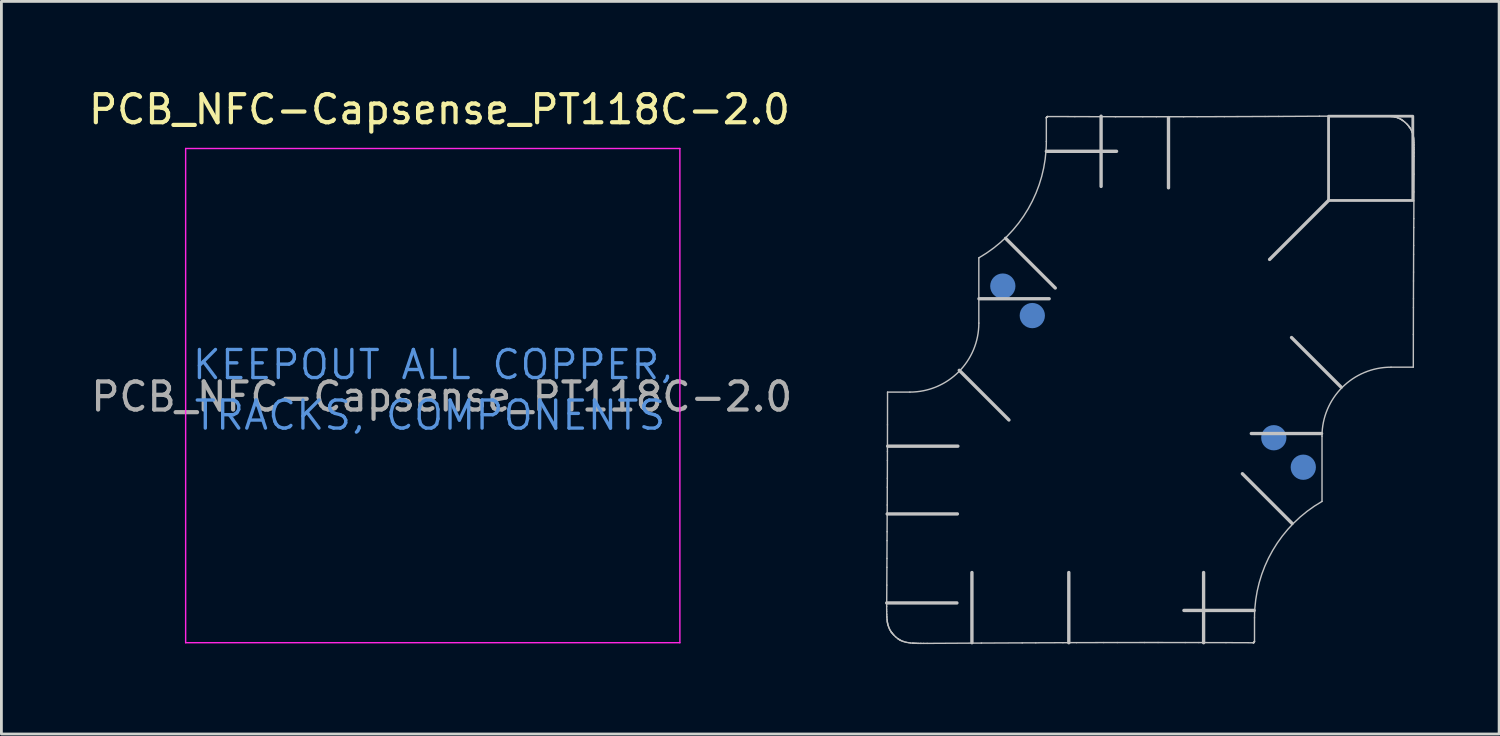
<source format=kicad_pcb>
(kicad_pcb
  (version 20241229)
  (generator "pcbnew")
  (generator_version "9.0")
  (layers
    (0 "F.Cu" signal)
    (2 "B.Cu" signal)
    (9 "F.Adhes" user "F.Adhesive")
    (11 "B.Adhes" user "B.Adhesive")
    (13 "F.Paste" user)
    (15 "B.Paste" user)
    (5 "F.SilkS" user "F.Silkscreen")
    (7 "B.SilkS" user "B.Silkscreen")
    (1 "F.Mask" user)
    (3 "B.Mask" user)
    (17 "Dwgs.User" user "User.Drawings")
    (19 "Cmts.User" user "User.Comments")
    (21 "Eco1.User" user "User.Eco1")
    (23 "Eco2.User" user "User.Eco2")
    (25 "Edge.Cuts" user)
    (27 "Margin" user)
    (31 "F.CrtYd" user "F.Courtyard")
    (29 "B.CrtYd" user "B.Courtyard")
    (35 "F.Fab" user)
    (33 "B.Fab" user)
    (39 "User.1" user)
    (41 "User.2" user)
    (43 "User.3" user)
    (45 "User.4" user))
  (footprint "PCB_NFC-Capsense_PT118C-2.0"
    (layer "F.Cu")
    (at 28.561 19.838)
    (property "Reference" "PCB_NFC-Capsense_PT118C-2.0" (at -15.96 -18.99 0) (unlocked yes) (layer "F.SilkS") (effects (font (size 1 1) (thickness 0.15))))
    (attr exclude_from_pos_files exclude_from_bom)
    (fp_line (start -0.005 -8.925) (end 0.789 -8.925) (stroke (width 0.05) (type solid)) (layer "Dwgs.User"))
    (fp_line (start 2.465 -1.417) (end -0.035 -1.417) (stroke (width 0.12) (type solid)) (layer "Dwgs.User"))
    (fp_line (start 2.482 -4.587) (end -0.018 -4.587) (stroke (width 0.12) (type solid)) (layer "Dwgs.User"))
    (fp_line (start 2.5 -7) (end 0 -7) (stroke (width 0.12) (type solid)) (layer "Dwgs.User"))
    (fp_line (start 3 0) (end 3 -2.5) (stroke (width 0.12) (type solid)) (layer "Dwgs.User"))
    (fp_line (start 3.246 -11.383) (end 3.246 -13.706) (stroke (width 0.05) (type solid)) (layer "Dwgs.User"))
    (fp_line (start 4.318 -7.932) (end 2.55 -9.7) (stroke (width 0.12) (type solid)) (layer "Dwgs.User"))
    (fp_line (start 5.65 -17.85) (end 5.65 -18.682) (stroke (width 0.05) (type solid)) (layer "Dwgs.User"))
    (fp_line (start 5.75 -12.25) (end 3.25 -12.25) (stroke (width 0.12) (type solid)) (layer "Dwgs.User"))
    (fp_line (start 5.968 -12.632) (end 4.2 -14.4) (stroke (width 0.12) (type solid)) (layer "Dwgs.User"))
    (fp_line (start 6.45 0) (end 6.45 -2.5) (stroke (width 0.12) (type solid)) (layer "Dwgs.User"))
    (fp_line (start 7.6 -16.25) (end 7.6 -18.75) (stroke (width 0.12) (type solid)) (layer "Dwgs.User"))
    (fp_line (start 8.15 -17.5) (end 5.65 -17.5) (stroke (width 0.12) (type solid)) (layer "Dwgs.User"))
    (fp_line (start 10 -16.2) (end 10 -18.7) (stroke (width 0.12) (type solid)) (layer "Dwgs.User"))
    (fp_line (start 11.25 0) (end 11.25 -2.5) (stroke (width 0.12) (type solid)) (layer "Dwgs.User"))
    (fp_line (start 12.632 -6.018) (end 14.4 -4.25) (stroke (width 0.12) (type solid)) (layer "Dwgs.User"))
    (fp_line (start 13.05 -1.15) (end 10.55 -1.15) (stroke (width 0.12) (type solid)) (layer "Dwgs.User"))
    (fp_line (start 13.063 -0.887) (end 13.063 -0.056) (stroke (width 0.05) (type solid)) (layer "Dwgs.User"))
    (fp_line (start 13.6 -13.65) (end 15.7 -15.75) (stroke (width 0.12) (type solid)) (layer "Dwgs.User"))
    (fp_line (start 14.382 -10.868) (end 16.15 -9.1) (stroke (width 0.12) (type solid)) (layer "Dwgs.User"))
    (fp_line (start 15.45 -7.45) (end 12.95 -7.45) (stroke (width 0.12) (type solid)) (layer "Dwgs.User"))
    (fp_line (start 15.467 -7.355) (end 15.467 -5.032) (stroke (width 0.05) (type solid)) (layer "Dwgs.User"))
    (fp_line (start 18.718 -9.812) (end 17.924 -9.812) (stroke (width 0.05) (type solid)) (layer "Dwgs.User"))
    (fp_arc (start 3.246446 -11.382656) (mid 2.526691 -9.645014) (end 0.789049 -8.925259) (stroke (width 0.05) (type solid)) (layer "Dwgs.User"))
    (fp_arc (start 5.65 -17.85) (mid 5.005631 -15.454551) (end 3.246445 -13.705652) (stroke (width 0.05) (type solid)) (layer "Dwgs.User"))
    (fp_arc (start 13.063057 -0.887463) (mid 13.707426 -3.282912) (end 15.466612 -5.031811) (stroke (width 0.05) (type solid)) (layer "Dwgs.User"))
    (fp_arc (start 15.466611 -7.354807) (mid 16.186366 -9.092449) (end 17.924008 -9.812204) (stroke (width 0.05) (type solid)) (layer "Dwgs.User"))
    (fp_poly (pts (xy 18.7 -15.75) (xy 15.7 -15.75) (xy 15.7 -18.75) (xy 18.7 -18.75)) (stroke (width 0.1) (type solid)) (fill no) (layer "Dwgs.User"))
    (fp_curve (pts (xy -0.036 -1.169) (xy -0.036 -1.209) (xy -0.036 -1.25) (xy -0.036 -1.291)) (stroke (width 0.05) (type solid)) (layer "Dwgs.User"))
    (fp_curve (pts (xy -0.036 -1.291) (xy -0.035 -1.333) (xy -0.035 -1.375) (xy -0.035 -1.417)) (stroke (width 0.05) (type solid)) (layer "Dwgs.User"))
    (fp_curve (pts (xy -0.035 -1.109) (xy -0.035 -1.128) (xy -0.035 -1.149) (xy -0.036 -1.169)) (stroke (width 0.05) (type solid)) (layer "Dwgs.User"))
    (fp_curve (pts (xy -0.035 -1.417) (xy -0.034 -1.629) (xy -0.033 -1.84) (xy -0.031 -2.051)) (stroke (width 0.05) (type solid)) (layer "Dwgs.User"))
    (fp_curve (pts (xy -0.033 -1.02) (xy -0.034 -1.049) (xy -0.035 -1.079) (xy -0.035 -1.109)) (stroke (width 0.05) (type solid)) (layer "Dwgs.User"))
    (fp_curve (pts (xy -0.032 -0.991) (xy -0.032 -1) (xy -0.033 -1.01) (xy -0.033 -1.02)) (stroke (width 0.05) (type solid)) (layer "Dwgs.User"))
    (fp_curve (pts (xy -0.031 -2.051) (xy -0.03 -2.263) (xy -0.029 -2.474) (xy -0.028 -2.685)) (stroke (width 0.05) (type solid)) (layer "Dwgs.User"))
    (fp_curve (pts (xy -0.029 -0.933) (xy -0.03 -0.952) (xy -0.031 -0.971) (xy -0.032 -0.991)) (stroke (width 0.05) (type solid)) (layer "Dwgs.User"))
    (fp_curve (pts (xy -0.028 -2.685) (xy -0.027 -2.791) (xy -0.027 -2.896) (xy -0.026 -3.002)) (stroke (width 0.05) (type solid)) (layer "Dwgs.User"))
    (fp_curve (pts (xy -0.028 -0.904) (xy -0.028 -0.914) (xy -0.029 -0.923) (xy -0.029 -0.933)) (stroke (width 0.05) (type solid)) (layer "Dwgs.User"))
    (fp_curve (pts (xy -0.026 -3.002) (xy -0.025 -3.213) (xy -0.024 -3.425) (xy -0.023 -3.636)) (stroke (width 0.05) (type solid)) (layer "Dwgs.User"))
    (fp_curve (pts (xy -0.024 -0.849) (xy -0.025 -0.867) (xy -0.027 -0.885) (xy -0.028 -0.904)) (stroke (width 0.05) (type solid)) (layer "Dwgs.User"))
    (fp_curve (pts (xy -0.023 -3.636) (xy -0.022 -3.742) (xy -0.022 -3.848) (xy -0.021 -3.953)) (stroke (width 0.05) (type solid)) (layer "Dwgs.User"))
    (fp_curve (pts (xy -0.021 -0.822) (xy -0.022 -0.831) (xy -0.023 -0.84) (xy -0.024 -0.849)) (stroke (width 0.05) (type solid)) (layer "Dwgs.User"))
    (fp_curve (pts (xy -0.021 -3.953) (xy -0.02 -4.165) (xy -0.019 -4.376) (xy -0.018 -4.587)) (stroke (width 0.05) (type solid)) (layer "Dwgs.User"))
    (fp_curve (pts (xy -0.018 -4.587) (xy -0.017 -4.693) (xy -0.017 -4.799) (xy -0.016 -4.904)) (stroke (width 0.05) (type solid)) (layer "Dwgs.User"))
    (fp_curve (pts (xy -0.017 -0.782) (xy -0.019 -0.795) (xy -0.02 -0.808) (xy -0.021 -0.822)) (stroke (width 0.05) (type solid)) (layer "Dwgs.User"))
    (fp_curve (pts (xy -0.016 -4.904) (xy -0.015 -5.116) (xy -0.014 -5.327) (xy -0.014 -5.538)) (stroke (width 0.05) (type solid)) (layer "Dwgs.User"))
    (fp_curve (pts (xy -0.016 -0.77) (xy -0.016 -0.774) (xy -0.017 -0.778) (xy -0.017 -0.782)) (stroke (width 0.05) (type solid)) (layer "Dwgs.User"))
    (fp_curve (pts (xy -0.014 -5.538) (xy -0.013 -5.644) (xy -0.013 -5.75) (xy -0.012 -5.856)) (stroke (width 0.05) (type solid)) (layer "Dwgs.User"))
    (fp_curve (pts (xy -0.012 -5.856) (xy -0.011 -6.067) (xy -0.011 -6.278) (xy -0.01 -6.49)) (stroke (width 0.05) (type solid)) (layer "Dwgs.User"))
    (fp_curve (pts (xy -0.012 -0.744) (xy -0.013 -0.753) (xy -0.015 -0.761) (xy -0.016 -0.77)) (stroke (width 0.05) (type solid)) (layer "Dwgs.User"))
    (fp_curve (pts (xy -0.01 -0.732) (xy -0.011 -0.736) (xy -0.012 -0.74) (xy -0.012 -0.744)) (stroke (width 0.05) (type solid)) (layer "Dwgs.User"))
    (fp_curve (pts (xy -0.01 -6.49) (xy -0.01 -6.595) (xy -0.009 -6.701) (xy -0.009 -6.807)) (stroke (width 0.05) (type solid)) (layer "Dwgs.User"))
    (fp_curve (pts (xy -0.009 -6.807) (xy -0.008 -7.124) (xy -0.007 -7.441) (xy -0.007 -7.758)) (stroke (width 0.05) (type solid)) (layer "Dwgs.User"))
    (fp_curve (pts (xy -0.007 -7.758) (xy -0.006 -8.147) (xy -0.006 -8.536) (xy -0.005 -8.925)) (stroke (width 0.05) (type solid)) (layer "Dwgs.User"))
    (fp_curve (pts (xy -0.007 -0.709) (xy -0.008 -0.717) (xy -0.009 -0.724) (xy -0.01 -0.732)) (stroke (width 0.05) (type solid)) (layer "Dwgs.User"))
    (fp_curve (pts (xy -0.005 -0.698) (xy -0.005 -0.702) (xy -0.006 -0.706) (xy -0.007 -0.709)) (stroke (width 0.05) (type solid)) (layer "Dwgs.User"))
    (fp_curve (pts (xy -0.000029 -0.676) (xy -0.002 -0.684) (xy -0.003 -0.691) (xy -0.005 -0.698)) (stroke (width 0.05) (type solid)) (layer "Dwgs.User"))
    (fp_curve (pts (xy 0.002 -0.665) (xy 0.002 -0.669) (xy 0.001 -0.673) (xy -0.000029 -0.676)) (stroke (width 0.05) (type solid)) (layer "Dwgs.User"))
    (fp_curve (pts (xy 0.011 -0.633) (xy 0.008 -0.644) (xy 0.005 -0.655) (xy 0.002 -0.665)) (stroke (width 0.05) (type solid)) (layer "Dwgs.User"))
    (fp_curve (pts (xy 0.017 -0.611) (xy 0.015 -0.619) (xy 0.013 -0.626) (xy 0.011 -0.633)) (stroke (width 0.05) (type solid)) (layer "Dwgs.User"))
    (fp_curve (pts (xy 0.031 -0.569) (xy 0.026 -0.583) (xy 0.021 -0.597) (xy 0.017 -0.611)) (stroke (width 0.05) (type solid)) (layer "Dwgs.User"))
    (fp_curve (pts (xy 0.039 -0.549) (xy 0.036 -0.555) (xy 0.034 -0.562) (xy 0.031 -0.569)) (stroke (width 0.05) (type solid)) (layer "Dwgs.User"))
    (fp_curve (pts (xy 0.056 -0.508) (xy 0.05 -0.521) (xy 0.044 -0.535) (xy 0.039 -0.549)) (stroke (width 0.05) (type solid)) (layer "Dwgs.User"))
    (fp_curve (pts (xy 0.066 -0.488) (xy 0.062 -0.495) (xy 0.059 -0.501) (xy 0.056 -0.508)) (stroke (width 0.05) (type solid)) (layer "Dwgs.User"))
    (fp_curve (pts (xy 0.086 -0.45) (xy 0.079 -0.462) (xy 0.072 -0.475) (xy 0.066 -0.488)) (stroke (width 0.05) (type solid)) (layer "Dwgs.User"))
    (fp_curve (pts (xy 0.097 -0.431) (xy 0.093 -0.437) (xy 0.089 -0.443) (xy 0.086 -0.45)) (stroke (width 0.05) (type solid)) (layer "Dwgs.User"))
    (fp_curve (pts (xy 0.114 -0.403) (xy 0.108 -0.412) (xy 0.102 -0.422) (xy 0.097 -0.431)) (stroke (width 0.05) (type solid)) (layer "Dwgs.User"))
    (fp_curve (pts (xy 0.12 -0.395) (xy 0.118 -0.397) (xy 0.116 -0.4) (xy 0.114 -0.403)) (stroke (width 0.05) (type solid)) (layer "Dwgs.User"))
    (fp_curve (pts (xy 0.129 -0.381) (xy 0.126 -0.386) (xy 0.123 -0.39) (xy 0.12 -0.395)) (stroke (width 0.05) (type solid)) (layer "Dwgs.User"))
    (fp_curve (pts (xy 0.132 -0.377) (xy 0.131 -0.378) (xy 0.13 -0.38) (xy 0.129 -0.381)) (stroke (width 0.05) (type solid)) (layer "Dwgs.User"))
    (fp_curve (pts (xy 0.139 -0.367) (xy 0.137 -0.371) (xy 0.135 -0.374) (xy 0.132 -0.377)) (stroke (width 0.05) (type solid)) (layer "Dwgs.User"))
    (fp_curve (pts (xy 0.143 -0.363) (xy 0.142 -0.364) (xy 0.141 -0.366) (xy 0.139 -0.367)) (stroke (width 0.05) (type solid)) (layer "Dwgs.User"))
    (fp_curve (pts (xy 0.154 -0.348) (xy 0.15 -0.353) (xy 0.146 -0.358) (xy 0.143 -0.363)) (stroke (width 0.05) (type solid)) (layer "Dwgs.User"))
    (fp_curve (pts (xy 0.161 -0.339) (xy 0.159 -0.342) (xy 0.156 -0.345) (xy 0.154 -0.348)) (stroke (width 0.05) (type solid)) (layer "Dwgs.User"))
    (fp_curve (pts (xy 0.176 -0.321) (xy 0.171 -0.327) (xy 0.166 -0.333) (xy 0.161 -0.339)) (stroke (width 0.05) (type solid)) (layer "Dwgs.User"))
    (fp_curve (pts (xy 0.184 -0.312) (xy 0.181 -0.315) (xy 0.179 -0.318) (xy 0.176 -0.321)) (stroke (width 0.05) (type solid)) (layer "Dwgs.User"))
    (fp_curve (pts (xy 0.207 -0.285) (xy 0.199 -0.294) (xy 0.191 -0.303) (xy 0.184 -0.312)) (stroke (width 0.05) (type solid)) (layer "Dwgs.User"))
    (fp_curve (pts (xy 0.223 -0.268) (xy 0.218 -0.273) (xy 0.213 -0.279) (xy 0.207 -0.285)) (stroke (width 0.05) (type solid)) (layer "Dwgs.User"))
    (fp_curve (pts (xy 0.274 -0.218) (xy 0.257 -0.234) (xy 0.24 -0.25) (xy 0.223 -0.268)) (stroke (width 0.05) (type solid)) (layer "Dwgs.User"))
    (fp_curve (pts (xy 0.309 -0.187) (xy 0.297 -0.197) (xy 0.285 -0.207) (xy 0.274 -0.218)) (stroke (width 0.05) (type solid)) (layer "Dwgs.User"))
    (fp_curve (pts (xy 0.355 -0.151) (xy 0.339 -0.163) (xy 0.324 -0.175) (xy 0.309 -0.187)) (stroke (width 0.05) (type solid)) (layer "Dwgs.User"))
    (fp_curve (pts (xy 0.364 -0.145) (xy 0.361 -0.147) (xy 0.358 -0.149) (xy 0.355 -0.151)) (stroke (width 0.05) (type solid)) (layer "Dwgs.User"))
    (fp_curve (pts (xy 0.383 -0.131) (xy 0.377 -0.136) (xy 0.371 -0.14) (xy 0.364 -0.145)) (stroke (width 0.05) (type solid)) (layer "Dwgs.User"))
    (fp_curve (pts (xy 0.393 -0.125) (xy 0.39 -0.127) (xy 0.387 -0.129) (xy 0.383 -0.131)) (stroke (width 0.05) (type solid)) (layer "Dwgs.User"))
    (fp_curve (pts (xy 0.412 -0.112) (xy 0.406 -0.116) (xy 0.399 -0.121) (xy 0.393 -0.125)) (stroke (width 0.05) (type solid)) (layer "Dwgs.User"))
    (fp_curve (pts (xy 0.422 -0.106) (xy 0.419 -0.108) (xy 0.415 -0.11) (xy 0.412 -0.112)) (stroke (width 0.05) (type solid)) (layer "Dwgs.User"))
    (fp_curve (pts (xy 0.439 -0.096) (xy 0.433 -0.099) (xy 0.428 -0.103) (xy 0.422 -0.106)) (stroke (width 0.05) (type solid)) (layer "Dwgs.User"))
    (fp_curve (pts (xy 0.448 -0.091) (xy 0.445 -0.093) (xy 0.442 -0.095) (xy 0.439 -0.096)) (stroke (width 0.05) (type solid)) (layer "Dwgs.User"))
    (fp_curve (pts (xy 0.474 -0.078) (xy 0.465 -0.082) (xy 0.456 -0.087) (xy 0.448 -0.091)) (stroke (width 0.05) (type solid)) (layer "Dwgs.User"))
    (fp_curve (pts (xy 0.493 -0.069) (xy 0.487 -0.072) (xy 0.481 -0.075) (xy 0.474 -0.078)) (stroke (width 0.05) (type solid)) (layer "Dwgs.User"))
    (fp_curve (pts (xy 0.532 -0.053) (xy 0.519 -0.058) (xy 0.506 -0.063) (xy 0.493 -0.069)) (stroke (width 0.05) (type solid)) (layer "Dwgs.User"))
    (fp_curve (pts (xy 0.552 -0.046) (xy 0.545 -0.048) (xy 0.539 -0.05) (xy 0.532 -0.053)) (stroke (width 0.05) (type solid)) (layer "Dwgs.User"))
    (fp_curve (pts (xy 0.617 -0.026) (xy 0.595 -0.032) (xy 0.573 -0.038) (xy 0.552 -0.046)) (stroke (width 0.05) (type solid)) (layer "Dwgs.User"))
    (fp_curve (pts (xy 0.663 -0.015) (xy 0.647 -0.018) (xy 0.632 -0.022) (xy 0.617 -0.026)) (stroke (width 0.05) (type solid)) (layer "Dwgs.User"))
    (fp_curve (pts (xy 0.762 0.002) (xy 0.728 -0.002) (xy 0.695 -0.008) (xy 0.663 -0.015)) (stroke (width 0.05) (type solid)) (layer "Dwgs.User"))
    (fp_curve (pts (xy 0.814 0.009) (xy 0.796 0.007) (xy 0.779 0.005) (xy 0.762 0.002)) (stroke (width 0.05) (type solid)) (layer "Dwgs.User"))
    (fp_curve (pts (xy 0.881 0.015) (xy 0.858 0.013) (xy 0.836 0.011) (xy 0.814 0.009)) (stroke (width 0.05) (type solid)) (layer "Dwgs.User"))
    (fp_curve (pts (xy 0.895 0.016) (xy 0.89 0.015) (xy 0.885 0.015) (xy 0.881 0.015)) (stroke (width 0.05) (type solid)) (layer "Dwgs.User"))
    (fp_curve (pts (xy 0.922 0.017) (xy 0.913 0.017) (xy 0.904 0.016) (xy 0.895 0.016)) (stroke (width 0.05) (type solid)) (layer "Dwgs.User"))
    (fp_curve (pts (xy 0.936 0.018) (xy 0.931 0.018) (xy 0.927 0.017) (xy 0.922 0.017)) (stroke (width 0.05) (type solid)) (layer "Dwgs.User"))
    (fp_curve (pts (xy 0.964 0.019) (xy 0.955 0.019) (xy 0.945 0.018) (xy 0.936 0.018)) (stroke (width 0.05) (type solid)) (layer "Dwgs.User"))
    (fp_curve (pts (xy 0.979 0.02) (xy 0.974 0.02) (xy 0.969 0.019) (xy 0.964 0.019)) (stroke (width 0.05) (type solid)) (layer "Dwgs.User"))
    (fp_curve (pts (xy 1.008 0.021) (xy 0.998 0.02) (xy 0.989 0.02) (xy 0.979 0.02)) (stroke (width 0.05) (type solid)) (layer "Dwgs.User"))
    (fp_curve (pts (xy 1.023 0.021) (xy 1.018 0.021) (xy 1.013 0.021) (xy 1.008 0.021)) (stroke (width 0.05) (type solid)) (layer "Dwgs.User"))
    (fp_curve (pts (xy 1.067 0.022) (xy 1.052 0.022) (xy 1.038 0.022) (xy 1.023 0.021)) (stroke (width 0.05) (type solid)) (layer "Dwgs.User"))
    (fp_curve (pts (xy 1.097 0.023) (xy 1.087 0.022) (xy 1.077 0.022) (xy 1.067 0.022)) (stroke (width 0.05) (type solid)) (layer "Dwgs.User"))
    (fp_curve (pts (xy 1.157 0.023) (xy 1.137 0.023) (xy 1.117 0.023) (xy 1.097 0.023)) (stroke (width 0.05) (type solid)) (layer "Dwgs.User"))
    (fp_curve (pts (xy 1.188 0.023) (xy 1.177 0.023) (xy 1.167 0.023) (xy 1.157 0.023)) (stroke (width 0.05) (type solid)) (layer "Dwgs.User"))
    (fp_curve (pts (xy 1.28 0.023) (xy 1.249 0.023) (xy 1.218 0.023) (xy 1.188 0.023)) (stroke (width 0.05) (type solid)) (layer "Dwgs.User"))
    (fp_curve (pts (xy 1.405 0.023) (xy 1.363 0.023) (xy 1.321 0.023) (xy 1.28 0.023)) (stroke (width 0.05) (type solid)) (layer "Dwgs.User"))
    (fp_curve (pts (xy 3.34 0.012) (xy 2.695 0.016) (xy 2.05 0.019) (xy 1.405 0.023)) (stroke (width 0.05) (type solid)) (layer "Dwgs.User"))
    (fp_curve (pts (xy 4.791 0.005) (xy 4.307 0.007) (xy 3.823 0.01) (xy 3.34 0.012)) (stroke (width 0.05) (type solid)) (layer "Dwgs.User"))
    (fp_curve (pts (xy 5.274 0.003) (xy 5.113 0.003) (xy 4.952 0.004) (xy 4.791 0.005)) (stroke (width 0.05) (type solid)) (layer "Dwgs.User"))
    (fp_curve (pts (xy 5.65 -18.682) (xy 5.65 -18.685) (xy 5.65 -18.688) (xy 5.651 -18.69)) (stroke (width 0.05) (type solid)) (layer "Dwgs.User"))
    (fp_curve (pts (xy 5.651 -18.69) (xy 5.651 -18.693) (xy 5.651 -18.696) (xy 5.652 -18.698)) (stroke (width 0.05) (type solid)) (layer "Dwgs.User"))
    (fp_curve (pts (xy 5.652 -18.698) (xy 5.652 -18.7) (xy 5.653 -18.701) (xy 5.653 -18.702)) (stroke (width 0.05) (type solid)) (layer "Dwgs.User"))
    (fp_curve (pts (xy 5.653 -18.702) (xy 5.654 -18.705) (xy 5.655 -18.707) (xy 5.656 -18.709)) (stroke (width 0.05) (type solid)) (layer "Dwgs.User"))
    (fp_curve (pts (xy 5.656 -18.709) (xy 5.657 -18.711) (xy 5.657 -18.712) (xy 5.658 -18.713)) (stroke (width 0.05) (type solid)) (layer "Dwgs.User"))
    (fp_curve (pts (xy 5.658 -18.713) (xy 5.659 -18.715) (xy 5.66 -18.717) (xy 5.662 -18.719)) (stroke (width 0.05) (type solid)) (layer "Dwgs.User"))
    (fp_curve (pts (xy 5.662 -18.719) (xy 5.662 -18.72) (xy 5.663 -18.721) (xy 5.664 -18.722)) (stroke (width 0.05) (type solid)) (layer "Dwgs.User"))
    (fp_curve (pts (xy 5.664 -18.722) (xy 5.665 -18.723) (xy 5.666 -18.724) (xy 5.668 -18.725)) (stroke (width 0.05) (type solid)) (layer "Dwgs.User"))
    (fp_curve (pts (xy 5.668 -18.725) (xy 5.668 -18.726) (xy 5.668 -18.726) (xy 5.669 -18.727)) (stroke (width 0.05) (type solid)) (layer "Dwgs.User"))
    (fp_curve (pts (xy 5.669 -18.727) (xy 5.67 -18.727) (xy 5.671 -18.728) (xy 5.671 -18.729)) (stroke (width 0.05) (type solid)) (layer "Dwgs.User"))
    (fp_curve (pts (xy 5.671 -18.729) (xy 5.672 -18.729) (xy 5.672 -18.729) (xy 5.672 -18.729)) (stroke (width 0.05) (type solid)) (layer "Dwgs.User"))
    (fp_curve (pts (xy 5.672 -18.729) (xy 5.673 -18.73) (xy 5.674 -18.73) (xy 5.674 -18.731)) (stroke (width 0.05) (type solid)) (layer "Dwgs.User"))
    (fp_curve (pts (xy 5.674 -18.731) (xy 5.675 -18.731) (xy 5.675 -18.731) (xy 5.676 -18.732)) (stroke (width 0.05) (type solid)) (layer "Dwgs.User"))
    (fp_curve (pts (xy 5.676 -18.732) (xy 5.677 -18.732) (xy 5.677 -18.733) (xy 5.678 -18.733)) (stroke (width 0.05) (type solid)) (layer "Dwgs.User"))
    (fp_curve (pts (xy 5.678 -18.733) (xy 5.679 -18.733) (xy 5.679 -18.733) (xy 5.68 -18.734)) (stroke (width 0.05) (type solid)) (layer "Dwgs.User"))
    (fp_curve (pts (xy 5.68 -18.734) (xy 5.681 -18.734) (xy 5.683 -18.735) (xy 5.684 -18.736)) (stroke (width 0.05) (type solid)) (layer "Dwgs.User"))
    (fp_curve (pts (xy 5.684 -18.736) (xy 5.685 -18.736) (xy 5.686 -18.736) (xy 5.687 -18.737)) (stroke (width 0.05) (type solid)) (layer "Dwgs.User"))
    (fp_curve (pts (xy 5.687 -18.737) (xy 5.69 -18.737) (xy 5.692 -18.737) (xy 5.693 -18.738)) (stroke (width 0.05) (type solid)) (layer "Dwgs.User"))
    (fp_curve (pts (xy 5.693 -18.738) (xy 5.695 -18.738) (xy 5.697 -18.738) (xy 5.698 -18.738)) (stroke (width 0.05) (type solid)) (layer "Dwgs.User"))
    (fp_curve (pts (xy 5.698 -18.738) (xy 6.021 -18.737) (xy 6.343 -18.736) (xy 6.666 -18.735)) (stroke (width 0.05) (type solid)) (layer "Dwgs.User"))
    (fp_curve (pts (xy 6.242 -0.001) (xy 5.919 -0.000203) (xy 5.597 0.001) (xy 5.274 0.003)) (stroke (width 0.05) (type solid)) (layer "Dwgs.User"))
    (fp_curve (pts (xy 6.666 -18.735) (xy 6.988 -18.734) (xy 7.311 -18.733) (xy 7.633 -18.732)) (stroke (width 0.05) (type solid)) (layer "Dwgs.User"))
    (fp_curve (pts (xy 6.726 -0.003) (xy 6.564 -0.002) (xy 6.403 -0.002) (xy 6.242 -0.001)) (stroke (width 0.05) (type solid)) (layer "Dwgs.User"))
    (fp_curve (pts (xy 7.633 -18.732) (xy 7.795 -18.732) (xy 7.956 -18.732) (xy 8.117 -18.731)) (stroke (width 0.05) (type solid)) (layer "Dwgs.User"))
    (fp_curve (pts (xy 7.693 -0.005) (xy 7.371 -0.005) (xy 7.048 -0.004) (xy 6.726 -0.003)) (stroke (width 0.05) (type solid)) (layer "Dwgs.User"))
    (fp_curve (pts (xy 8.117 -18.731) (xy 8.44 -18.731) (xy 8.762 -18.731) (xy 9.085 -18.731)) (stroke (width 0.05) (type solid)) (layer "Dwgs.User"))
    (fp_curve (pts (xy 8.177 -0.006) (xy 8.016 -0.006) (xy 7.854 -0.006) (xy 7.693 -0.005)) (stroke (width 0.05) (type solid)) (layer "Dwgs.User"))
    (fp_curve (pts (xy 9.085 -18.731) (xy 9.246 -18.731) (xy 9.407 -18.731) (xy 9.568 -18.731)) (stroke (width 0.05) (type solid)) (layer "Dwgs.User"))
    (fp_curve (pts (xy 9.145 -0.007) (xy 8.822 -0.007) (xy 8.499 -0.007) (xy 8.177 -0.006)) (stroke (width 0.05) (type solid)) (layer "Dwgs.User"))
    (fp_curve (pts (xy 9.568 -18.731) (xy 9.891 -18.731) (xy 10.214 -18.731) (xy 10.536 -18.731)) (stroke (width 0.05) (type solid)) (layer "Dwgs.User"))
    (fp_curve (pts (xy 9.628 -0.007) (xy 9.467 -0.007) (xy 9.306 -0.007) (xy 9.145 -0.007)) (stroke (width 0.05) (type solid)) (layer "Dwgs.User"))
    (fp_curve (pts (xy 10.536 -18.731) (xy 10.697 -18.732) (xy 10.859 -18.732) (xy 11.02 -18.732)) (stroke (width 0.05) (type solid)) (layer "Dwgs.User"))
    (fp_curve (pts (xy 10.596 -0.006) (xy 10.273 -0.006) (xy 9.951 -0.007) (xy 9.628 -0.007)) (stroke (width 0.05) (type solid)) (layer "Dwgs.User"))
    (fp_curve (pts (xy 11.02 -18.732) (xy 11.342 -18.733) (xy 11.665 -18.734) (xy 11.988 -18.734)) (stroke (width 0.05) (type solid)) (layer "Dwgs.User"))
    (fp_curve (pts (xy 11.08 -0.005) (xy 10.918 -0.005) (xy 10.757 -0.006) (xy 10.596 -0.006)) (stroke (width 0.05) (type solid)) (layer "Dwgs.User"))
    (fp_curve (pts (xy 11.988 -18.734) (xy 12.149 -18.735) (xy 12.31 -18.736) (xy 12.471 -18.736)) (stroke (width 0.05) (type solid)) (layer "Dwgs.User"))
    (fp_curve (pts (xy 12.047 -0.003) (xy 11.725 -0.004) (xy 11.402 -0.005) (xy 11.08 -0.005)) (stroke (width 0.05) (type solid)) (layer "Dwgs.User"))
    (fp_curve (pts (xy 12.471 -18.736) (xy 12.794 -18.737) (xy 13.116 -18.739) (xy 13.439 -18.74)) (stroke (width 0.05) (type solid)) (layer "Dwgs.User"))
    (fp_curve (pts (xy 13.015 0.001) (xy 12.692 -0.001) (xy 12.37 -0.002) (xy 12.047 -0.003)) (stroke (width 0.05) (type solid)) (layer "Dwgs.User"))
    (fp_curve (pts (xy 13.02 0.000281) (xy 13.018 0.001) (xy 13.016 0.001) (xy 13.015 0.001)) (stroke (width 0.05) (type solid)) (layer "Dwgs.User"))
    (fp_curve (pts (xy 13.026 -0.001) (xy 13.023 -0.000367) (xy 13.021 0.000036) (xy 13.02 0.000281)) (stroke (width 0.05) (type solid)) (layer "Dwgs.User"))
    (fp_curve (pts (xy 13.029 -0.002) (xy 13.028 -0.002) (xy 13.027 -0.001) (xy 13.026 -0.001)) (stroke (width 0.05) (type solid)) (layer "Dwgs.User"))
    (fp_curve (pts (xy 13.033 -0.004) (xy 13.032 -0.003) (xy 13.03 -0.002) (xy 13.029 -0.002)) (stroke (width 0.05) (type solid)) (layer "Dwgs.User"))
    (fp_curve (pts (xy 13.035 -0.004) (xy 13.034 -0.004) (xy 13.034 -0.004) (xy 13.033 -0.004)) (stroke (width 0.05) (type solid)) (layer "Dwgs.User"))
    (fp_curve (pts (xy 13.037 -0.006) (xy 13.037 -0.005) (xy 13.036 -0.005) (xy 13.035 -0.004)) (stroke (width 0.05) (type solid)) (layer "Dwgs.User"))
    (fp_curve (pts (xy 13.039 -0.007) (xy 13.038 -0.006) (xy 13.038 -0.006) (xy 13.037 -0.006)) (stroke (width 0.05) (type solid)) (layer "Dwgs.User"))
    (fp_curve (pts (xy 13.041 -0.008) (xy 13.04 -0.008) (xy 13.039 -0.007) (xy 13.039 -0.007)) (stroke (width 0.05) (type solid)) (layer "Dwgs.User"))
    (fp_curve (pts (xy 13.042 -0.009) (xy 13.041 -0.009) (xy 13.041 -0.008) (xy 13.041 -0.008)) (stroke (width 0.05) (type solid)) (layer "Dwgs.User"))
    (fp_curve (pts (xy 13.044 -0.011) (xy 13.043 -0.01) (xy 13.043 -0.009) (xy 13.042 -0.009)) (stroke (width 0.05) (type solid)) (layer "Dwgs.User"))
    (fp_curve (pts (xy 13.045 -0.012) (xy 13.045 -0.012) (xy 13.045 -0.011) (xy 13.044 -0.011)) (stroke (width 0.05) (type solid)) (layer "Dwgs.User"))
    (fp_curve (pts (xy 13.049 -0.016) (xy 13.048 -0.015) (xy 13.047 -0.013) (xy 13.045 -0.012)) (stroke (width 0.05) (type solid)) (layer "Dwgs.User"))
    (fp_curve (pts (xy 13.051 -0.019) (xy 13.051 -0.018) (xy 13.05 -0.017) (xy 13.049 -0.016)) (stroke (width 0.05) (type solid)) (layer "Dwgs.User"))
    (fp_curve (pts (xy 13.055 -0.025) (xy 13.054 -0.023) (xy 13.053 -0.021) (xy 13.051 -0.019)) (stroke (width 0.05) (type solid)) (layer "Dwgs.User"))
    (fp_curve (pts (xy 13.057 -0.028) (xy 13.056 -0.027) (xy 13.056 -0.026) (xy 13.055 -0.025)) (stroke (width 0.05) (type solid)) (layer "Dwgs.User"))
    (fp_curve (pts (xy 13.06 -0.035) (xy 13.059 -0.033) (xy 13.058 -0.03) (xy 13.057 -0.028)) (stroke (width 0.05) (type solid)) (layer "Dwgs.User"))
    (fp_curve (pts (xy 13.061 -0.039) (xy 13.061 -0.038) (xy 13.06 -0.037) (xy 13.06 -0.035)) (stroke (width 0.05) (type solid)) (layer "Dwgs.User"))
    (fp_curve (pts (xy 13.063 -0.047) (xy 13.062 -0.044) (xy 13.062 -0.042) (xy 13.061 -0.039)) (stroke (width 0.05) (type solid)) (layer "Dwgs.User"))
    (fp_curve (pts (xy 13.063 -0.056) (xy 13.063 -0.053) (xy 13.063 -0.05) (xy 13.063 -0.047)) (stroke (width 0.05) (type solid)) (layer "Dwgs.User"))
    (fp_curve (pts (xy 13.439 -18.74) (xy 13.6 -18.741) (xy 13.761 -18.741) (xy 13.923 -18.742)) (stroke (width 0.05) (type solid)) (layer "Dwgs.User"))
    (fp_curve (pts (xy 13.923 -18.742) (xy 14.406 -18.745) (xy 14.89 -18.747) (xy 15.374 -18.75)) (stroke (width 0.05) (type solid)) (layer "Dwgs.User"))
    (fp_curve (pts (xy 15.374 -18.75) (xy 16.018 -18.753) (xy 16.663 -18.757) (xy 17.308 -18.76)) (stroke (width 0.05) (type solid)) (layer "Dwgs.User"))
    (fp_curve (pts (xy 17.308 -18.76) (xy 17.35 -18.76) (xy 17.392 -18.761) (xy 17.433 -18.761)) (stroke (width 0.05) (type solid)) (layer "Dwgs.User"))
    (fp_curve (pts (xy 17.433 -18.761) (xy 17.464 -18.761) (xy 17.495 -18.761) (xy 17.526 -18.761)) (stroke (width 0.05) (type solid)) (layer "Dwgs.User"))
    (fp_curve (pts (xy 17.526 -18.761) (xy 17.536 -18.761) (xy 17.546 -18.761) (xy 17.556 -18.761)) (stroke (width 0.05) (type solid)) (layer "Dwgs.User"))
    (fp_curve (pts (xy 17.556 -18.761) (xy 17.576 -18.761) (xy 17.596 -18.76) (xy 17.616 -18.76)) (stroke (width 0.05) (type solid)) (layer "Dwgs.User"))
    (fp_curve (pts (xy 17.616 -18.76) (xy 17.626 -18.76) (xy 17.636 -18.76) (xy 17.646 -18.76)) (stroke (width 0.05) (type solid)) (layer "Dwgs.User"))
    (fp_curve (pts (xy 17.646 -18.76) (xy 17.661 -18.759) (xy 17.676 -18.759) (xy 17.69 -18.759)) (stroke (width 0.05) (type solid)) (layer "Dwgs.User"))
    (fp_curve (pts (xy 17.69 -18.759) (xy 17.695 -18.758) (xy 17.7 -18.758) (xy 17.705 -18.758)) (stroke (width 0.05) (type solid)) (layer "Dwgs.User"))
    (fp_curve (pts (xy 17.705 -18.758) (xy 17.715 -18.758) (xy 17.725 -18.758) (xy 17.734 -18.757)) (stroke (width 0.05) (type solid)) (layer "Dwgs.User"))
    (fp_curve (pts (xy 17.734 -18.757) (xy 17.739 -18.757) (xy 17.744 -18.757) (xy 17.749 -18.757)) (stroke (width 0.05) (type solid)) (layer "Dwgs.User"))
    (fp_curve (pts (xy 17.749 -18.757) (xy 17.758 -18.756) (xy 17.768 -18.756) (xy 17.777 -18.755)) (stroke (width 0.05) (type solid)) (layer "Dwgs.User"))
    (fp_curve (pts (xy 17.777 -18.755) (xy 17.782 -18.755) (xy 17.786 -18.755) (xy 17.791 -18.755)) (stroke (width 0.05) (type solid)) (layer "Dwgs.User"))
    (fp_curve (pts (xy 17.791 -18.755) (xy 17.8 -18.754) (xy 17.809 -18.754) (xy 17.819 -18.753)) (stroke (width 0.05) (type solid)) (layer "Dwgs.User"))
    (fp_curve (pts (xy 17.819 -18.753) (xy 17.823 -18.753) (xy 17.828 -18.752) (xy 17.832 -18.752)) (stroke (width 0.05) (type solid)) (layer "Dwgs.User"))
    (fp_curve (pts (xy 17.832 -18.752) (xy 17.855 -18.75) (xy 17.877 -18.748) (xy 17.899 -18.746)) (stroke (width 0.05) (type solid)) (layer "Dwgs.User"))
    (fp_curve (pts (xy 17.899 -18.746) (xy 17.917 -18.744) (xy 17.934 -18.742) (xy 17.951 -18.74)) (stroke (width 0.05) (type solid)) (layer "Dwgs.User"))
    (fp_curve (pts (xy 17.951 -18.74) (xy 17.986 -18.735) (xy 18.018 -18.729) (xy 18.05 -18.723)) (stroke (width 0.05) (type solid)) (layer "Dwgs.User"))
    (fp_curve (pts (xy 18.05 -18.723) (xy 18.066 -18.719) (xy 18.081 -18.715) (xy 18.096 -18.712)) (stroke (width 0.05) (type solid)) (layer "Dwgs.User"))
    (fp_curve (pts (xy 18.096 -18.712) (xy 18.118 -18.706) (xy 18.14 -18.699) (xy 18.161 -18.692)) (stroke (width 0.05) (type solid)) (layer "Dwgs.User"))
    (fp_curve (pts (xy 18.161 -18.692) (xy 18.168 -18.689) (xy 18.174 -18.687) (xy 18.181 -18.684)) (stroke (width 0.05) (type solid)) (layer "Dwgs.User"))
    (fp_curve (pts (xy 18.181 -18.684) (xy 18.194 -18.679) (xy 18.207 -18.674) (xy 18.22 -18.668)) (stroke (width 0.05) (type solid)) (layer "Dwgs.User"))
    (fp_curve (pts (xy 18.22 -18.668) (xy 18.226 -18.666) (xy 18.233 -18.663) (xy 18.239 -18.66)) (stroke (width 0.05) (type solid)) (layer "Dwgs.User"))
    (fp_curve (pts (xy 18.239 -18.66) (xy 18.248 -18.655) (xy 18.257 -18.651) (xy 18.265 -18.646)) (stroke (width 0.05) (type solid)) (layer "Dwgs.User"))
    (fp_curve (pts (xy 18.265 -18.646) (xy 18.268 -18.644) (xy 18.271 -18.643) (xy 18.274 -18.641)) (stroke (width 0.05) (type solid)) (layer "Dwgs.User"))
    (fp_curve (pts (xy 18.274 -18.641) (xy 18.28 -18.638) (xy 18.285 -18.635) (xy 18.291 -18.631)) (stroke (width 0.05) (type solid)) (layer "Dwgs.User"))
    (fp_curve (pts (xy 18.291 -18.631) (xy 18.294 -18.629) (xy 18.298 -18.627) (xy 18.301 -18.625)) (stroke (width 0.05) (type solid)) (layer "Dwgs.User"))
    (fp_curve (pts (xy 18.301 -18.625) (xy 18.307 -18.621) (xy 18.314 -18.617) (xy 18.32 -18.613)) (stroke (width 0.05) (type solid)) (layer "Dwgs.User"))
    (fp_curve (pts (xy 18.32 -18.613) (xy 18.323 -18.61) (xy 18.327 -18.608) (xy 18.33 -18.606)) (stroke (width 0.05) (type solid)) (layer "Dwgs.User"))
    (fp_curve (pts (xy 18.33 -18.606) (xy 18.336 -18.602) (xy 18.342 -18.597) (xy 18.349 -18.593)) (stroke (width 0.05) (type solid)) (layer "Dwgs.User"))
    (fp_curve (pts (xy 18.349 -18.593) (xy 18.352 -18.591) (xy 18.355 -18.588) (xy 18.358 -18.586)) (stroke (width 0.05) (type solid)) (layer "Dwgs.User"))
    (fp_curve (pts (xy 18.358 -18.586) (xy 18.374 -18.575) (xy 18.389 -18.563) (xy 18.404 -18.55)) (stroke (width 0.05) (type solid)) (layer "Dwgs.User"))
    (fp_curve (pts (xy 18.404 -18.55) (xy 18.416 -18.54) (xy 18.428 -18.53) (xy 18.439 -18.519)) (stroke (width 0.05) (type solid)) (layer "Dwgs.User"))
    (fp_curve (pts (xy 18.439 -18.519) (xy 18.456 -18.504) (xy 18.473 -18.487) (xy 18.49 -18.47)) (stroke (width 0.05) (type solid)) (layer "Dwgs.User"))
    (fp_curve (pts (xy 18.49 -18.47) (xy 18.495 -18.464) (xy 18.5 -18.458) (xy 18.506 -18.453)) (stroke (width 0.05) (type solid)) (layer "Dwgs.User"))
    (fp_curve (pts (xy 18.506 -18.453) (xy 18.514 -18.444) (xy 18.522 -18.435) (xy 18.529 -18.426)) (stroke (width 0.05) (type solid)) (layer "Dwgs.User"))
    (fp_curve (pts (xy 18.529 -18.426) (xy 18.532 -18.423) (xy 18.534 -18.42) (xy 18.537 -18.417)) (stroke (width 0.05) (type solid)) (layer "Dwgs.User"))
    (fp_curve (pts (xy 18.537 -18.417) (xy 18.542 -18.411) (xy 18.547 -18.405) (xy 18.552 -18.398)) (stroke (width 0.05) (type solid)) (layer "Dwgs.User"))
    (fp_curve (pts (xy 18.552 -18.398) (xy 18.554 -18.395) (xy 18.557 -18.392) (xy 18.559 -18.389)) (stroke (width 0.05) (type solid)) (layer "Dwgs.User"))
    (fp_curve (pts (xy 18.559 -18.389) (xy 18.563 -18.384) (xy 18.567 -18.379) (xy 18.57 -18.375)) (stroke (width 0.05) (type solid)) (layer "Dwgs.User"))
    (fp_curve (pts (xy 18.57 -18.375) (xy 18.571 -18.373) (xy 18.573 -18.372) (xy 18.574 -18.37)) (stroke (width 0.05) (type solid)) (layer "Dwgs.User"))
    (fp_curve (pts (xy 18.574 -18.37) (xy 18.576 -18.367) (xy 18.579 -18.364) (xy 18.581 -18.36)) (stroke (width 0.05) (type solid)) (layer "Dwgs.User"))
    (fp_curve (pts (xy 18.581 -18.36) (xy 18.582 -18.359) (xy 18.583 -18.358) (xy 18.584 -18.356)) (stroke (width 0.05) (type solid)) (layer "Dwgs.User"))
    (fp_curve (pts (xy 18.584 -18.356) (xy 18.587 -18.352) (xy 18.59 -18.347) (xy 18.593 -18.343)) (stroke (width 0.05) (type solid)) (layer "Dwgs.User"))
    (fp_curve (pts (xy 18.593 -18.343) (xy 18.595 -18.34) (xy 18.597 -18.337) (xy 18.599 -18.334)) (stroke (width 0.05) (type solid)) (layer "Dwgs.User"))
    (fp_curve (pts (xy 18.599 -18.334) (xy 18.605 -18.325) (xy 18.611 -18.316) (xy 18.616 -18.307)) (stroke (width 0.05) (type solid)) (layer "Dwgs.User"))
    (fp_curve (pts (xy 18.616 -18.307) (xy 18.62 -18.3) (xy 18.624 -18.294) (xy 18.627 -18.288)) (stroke (width 0.05) (type solid)) (layer "Dwgs.User"))
    (fp_curve (pts (xy 18.627 -18.288) (xy 18.634 -18.275) (xy 18.641 -18.262) (xy 18.647 -18.249)) (stroke (width 0.05) (type solid)) (layer "Dwgs.User"))
    (fp_curve (pts (xy 18.647 -18.249) (xy 18.651 -18.243) (xy 18.654 -18.236) (xy 18.657 -18.23)) (stroke (width 0.05) (type solid)) (layer "Dwgs.User"))
    (fp_curve (pts (xy 18.657 -18.23) (xy 18.663 -18.216) (xy 18.669 -18.203) (xy 18.674 -18.189)) (stroke (width 0.05) (type solid)) (layer "Dwgs.User"))
    (fp_curve (pts (xy 18.674 -18.189) (xy 18.677 -18.182) (xy 18.679 -18.175) (xy 18.682 -18.168)) (stroke (width 0.05) (type solid)) (layer "Dwgs.User"))
    (fp_curve (pts (xy 18.682 -18.168) (xy 18.687 -18.154) (xy 18.692 -18.14) (xy 18.696 -18.126)) (stroke (width 0.05) (type solid)) (layer "Dwgs.User"))
    (fp_curve (pts (xy 18.696 -18.126) (xy 18.698 -18.119) (xy 18.7 -18.112) (xy 18.702 -18.105)) (stroke (width 0.05) (type solid)) (layer "Dwgs.User"))
    (fp_curve (pts (xy 18.702 -18.105) (xy 18.705 -18.094) (xy 18.708 -18.083) (xy 18.711 -18.072)) (stroke (width 0.05) (type solid)) (layer "Dwgs.User"))
    (fp_curve (pts (xy 18.711 -18.072) (xy 18.711 -18.068) (xy 18.712 -18.065) (xy 18.713 -18.061)) (stroke (width 0.05) (type solid)) (layer "Dwgs.User"))
    (fp_curve (pts (xy 18.713 -18.061) (xy 18.715 -18.054) (xy 18.716 -18.047) (xy 18.718 -18.039)) (stroke (width 0.05) (type solid)) (layer "Dwgs.User"))
    (fp_curve (pts (xy 18.718 -18.039) (xy 18.718 -18.035) (xy 18.719 -18.032) (xy 18.72 -18.028)) (stroke (width 0.05) (type solid)) (layer "Dwgs.User"))
    (fp_curve (pts (xy 18.72 -18.028) (xy 18.721 -18.021) (xy 18.722 -18.014) (xy 18.723 -18.006)) (stroke (width 0.05) (type solid)) (layer "Dwgs.User"))
    (fp_curve (pts (xy 18.72 -10.979) (xy 18.719 -10.59) (xy 18.719 -10.201) (xy 18.718 -9.812)) (stroke (width 0.05) (type solid)) (layer "Dwgs.User"))
    (fp_curve (pts (xy 18.722 -11.931) (xy 18.721 -11.614) (xy 18.72 -11.296) (xy 18.72 -10.979)) (stroke (width 0.05) (type solid)) (layer "Dwgs.User"))
    (fp_curve (pts (xy 18.723 -12.248) (xy 18.723 -12.142) (xy 18.722 -12.036) (xy 18.722 -11.931)) (stroke (width 0.05) (type solid)) (layer "Dwgs.User"))
    (fp_curve (pts (xy 18.723 -18.006) (xy 18.724 -18.002) (xy 18.725 -17.997) (xy 18.725 -17.993)) (stroke (width 0.05) (type solid)) (layer "Dwgs.User"))
    (fp_curve (pts (xy 18.725 -17.993) (xy 18.726 -17.985) (xy 18.728 -17.976) (xy 18.729 -17.968)) (stroke (width 0.05) (type solid)) (layer "Dwgs.User"))
    (fp_curve (pts (xy 18.725 -12.882) (xy 18.724 -12.671) (xy 18.724 -12.459) (xy 18.723 -12.248)) (stroke (width 0.05) (type solid)) (layer "Dwgs.User"))
    (fp_curve (pts (xy 18.727 -13.199) (xy 18.726 -13.093) (xy 18.726 -12.988) (xy 18.725 -12.882)) (stroke (width 0.05) (type solid)) (layer "Dwgs.User"))
    (fp_curve (pts (xy 18.729 -17.968) (xy 18.729 -17.964) (xy 18.73 -17.959) (xy 18.73 -17.955)) (stroke (width 0.05) (type solid)) (layer "Dwgs.User"))
    (fp_curve (pts (xy 18.729 -13.833) (xy 18.728 -13.622) (xy 18.727 -13.41) (xy 18.727 -13.199)) (stroke (width 0.05) (type solid)) (layer "Dwgs.User"))
    (fp_curve (pts (xy 18.73 -17.955) (xy 18.732 -17.942) (xy 18.733 -17.929) (xy 18.734 -17.916)) (stroke (width 0.05) (type solid)) (layer "Dwgs.User"))
    (fp_curve (pts (xy 18.731 -14.15) (xy 18.73 -14.045) (xy 18.73 -13.939) (xy 18.729 -13.833)) (stroke (width 0.05) (type solid)) (layer "Dwgs.User"))
    (fp_curve (pts (xy 18.734 -14.784) (xy 18.733 -14.573) (xy 18.732 -14.362) (xy 18.731 -14.15)) (stroke (width 0.05) (type solid)) (layer "Dwgs.User"))
    (fp_curve (pts (xy 18.734 -17.916) (xy 18.735 -17.907) (xy 18.736 -17.898) (xy 18.737 -17.889)) (stroke (width 0.05) (type solid)) (layer "Dwgs.User"))
    (fp_curve (pts (xy 18.736 -15.101) (xy 18.735 -14.996) (xy 18.735 -14.89) (xy 18.734 -14.784)) (stroke (width 0.05) (type solid)) (layer "Dwgs.User"))
    (fp_curve (pts (xy 18.737 -17.889) (xy 18.738 -17.871) (xy 18.74 -17.852) (xy 18.741 -17.833)) (stroke (width 0.05) (type solid)) (layer "Dwgs.User"))
    (fp_curve (pts (xy 18.739 -15.735) (xy 18.738 -15.524) (xy 18.737 -15.313) (xy 18.736 -15.101)) (stroke (width 0.05) (type solid)) (layer "Dwgs.User"))
    (fp_curve (pts (xy 18.741 -17.833) (xy 18.741 -17.824) (xy 18.742 -17.814) (xy 18.742 -17.805)) (stroke (width 0.05) (type solid)) (layer "Dwgs.User"))
    (fp_curve (pts (xy 18.741 -16.052) (xy 18.74 -15.947) (xy 18.74 -15.841) (xy 18.739 -15.735)) (stroke (width 0.05) (type solid)) (layer "Dwgs.User"))
    (fp_curve (pts (xy 18.742 -17.805) (xy 18.744 -17.785) (xy 18.744 -17.766) (xy 18.745 -17.747)) (stroke (width 0.05) (type solid)) (layer "Dwgs.User"))
    (fp_curve (pts (xy 18.745 -16.686) (xy 18.743 -16.475) (xy 18.742 -16.264) (xy 18.741 -16.052)) (stroke (width 0.05) (type solid)) (layer "Dwgs.User"))
    (fp_curve (pts (xy 18.745 -17.747) (xy 18.745 -17.737) (xy 18.746 -17.727) (xy 18.746 -17.718)) (stroke (width 0.05) (type solid)) (layer "Dwgs.User"))
    (fp_curve (pts (xy 18.746 -17.718) (xy 18.747 -17.688) (xy 18.748 -17.659) (xy 18.748 -17.629)) (stroke (width 0.05) (type solid)) (layer "Dwgs.User"))
    (fp_curve (pts (xy 18.748 -17.32) (xy 18.747 -17.109) (xy 18.746 -16.898) (xy 18.745 -16.686)) (stroke (width 0.05) (type solid)) (layer "Dwgs.User"))
    (fp_curve (pts (xy 18.748 -17.629) (xy 18.748 -17.609) (xy 18.749 -17.589) (xy 18.749 -17.569)) (stroke (width 0.05) (type solid)) (layer "Dwgs.User"))
    (fp_curve (pts (xy 18.749 -17.446) (xy 18.748 -17.405) (xy 18.748 -17.363) (xy 18.748 -17.32)) (stroke (width 0.05) (type solid)) (layer "Dwgs.User"))
    (fp_curve (pts (xy 18.749 -17.569) (xy 18.749 -17.528) (xy 18.749 -17.487) (xy 18.749 -17.446)) (stroke (width 0.05) (type solid)) (layer "Dwgs.User"))
    (fp_line (start -25 -17.6) (end -25 0) (stroke (width 0.05) (type solid)) (layer "F.CrtYd"))
    (fp_line (start -25 0) (end -7.4 0) (stroke (width 0.05) (type solid)) (layer "F.CrtYd"))
    (fp_line (start -7.4 -17.6) (end -25 -17.6) (stroke (width 0.05) (type solid)) (layer "F.CrtYd"))
    (fp_line (start -7.4 -17.6) (end -7.4 0) (stroke (width 0.05) (type solid)) (layer "F.CrtYd"))
    (fp_text user "TRACKS, COMPONENTS" (at -16.3 -8.1 0) (layer "Cmts.User") (effects (font (size 1 1) (thickness 0.12))))
    (fp_text user "KEEPOUT ALL COPPER," (at -16.2 -9.9 0) (layer "Cmts.User") (effects (font (size 1 1) (thickness 0.12))))
    (fp_text user "${REFERENCE}" (at -15.88 -8.76 0) (layer "F.Fab") (effects (font (size 1 1) (thickness 0.15))))
    (pad "1" smd circle (at 13.75 -7.3) (size 0.9 0.9) (layers "B.Cu" "B.Mask"))
    (pad "1" smd circle (at 14.8 -6.25) (size 0.9 0.9) (layers "B.Cu" "B.Mask"))
    (pad "2" smd circle (at 5.15 -11.65) (size 0.9 0.9) (layers "B.Cu" "B.Mask"))
    (pad "3" smd circle (at 4.1 -12.7) (size 0.9 0.9) (layers "B.Cu" "B.Mask"))
    (zone (net_name "") (layers "F.Cu" "B.Cu") (hatch edge 0.508) (connect_pads) (min_thickness 0.254) (filled_areas_thickness no) (keepout (tracks not_allowed) (vias not_allowed) (pads not_allowed) (copperpour not_allowed) (footprints allowed)) (placement (enabled no)) (fill) (polygon (pts (xy 21.161 19.838) (xy 3.561 19.838) (xy 3.561 2.238) (xy 21.161 2.238)))))
  (gr_rect
    (start -3 -3)
    (end 50.335 23.088)
    (stroke (width 0.1) (type default))
    (fill no)
    (layer "Edge.Cuts")))
</source>
